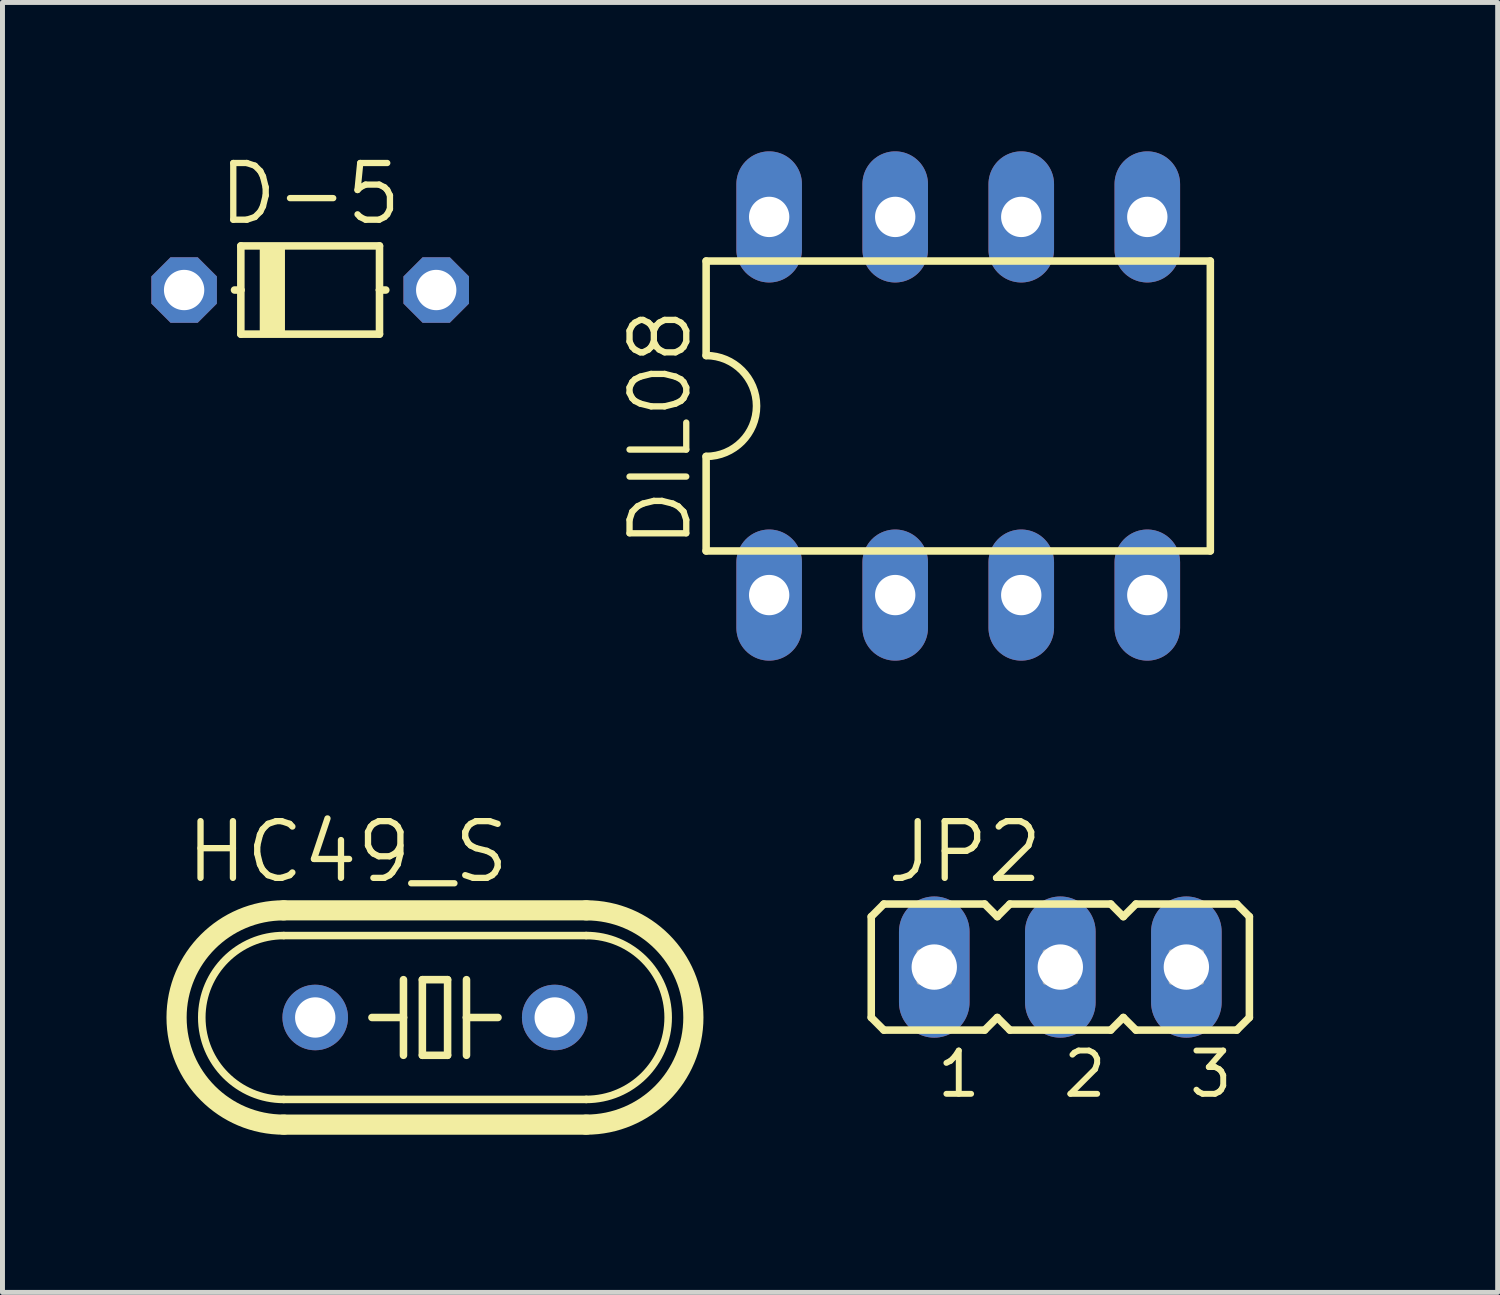
<source format=kicad_pcb>
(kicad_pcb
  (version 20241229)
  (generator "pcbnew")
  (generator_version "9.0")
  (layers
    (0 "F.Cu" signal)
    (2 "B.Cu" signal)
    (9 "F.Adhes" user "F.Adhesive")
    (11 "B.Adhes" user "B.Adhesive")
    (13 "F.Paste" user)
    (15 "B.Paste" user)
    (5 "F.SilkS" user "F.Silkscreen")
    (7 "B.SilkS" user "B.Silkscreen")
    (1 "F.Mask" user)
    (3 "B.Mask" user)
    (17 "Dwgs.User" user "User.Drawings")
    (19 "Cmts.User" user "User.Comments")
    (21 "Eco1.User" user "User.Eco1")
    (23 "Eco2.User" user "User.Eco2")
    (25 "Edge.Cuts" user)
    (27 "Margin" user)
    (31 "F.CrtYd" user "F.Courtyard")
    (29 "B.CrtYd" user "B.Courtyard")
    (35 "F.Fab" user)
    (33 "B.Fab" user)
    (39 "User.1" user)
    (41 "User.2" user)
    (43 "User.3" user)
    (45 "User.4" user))
  (footprint "HC49_S"
    (layer "F.Cu")
    (at 5.715 17.453)
    (property "Reference" "HC49_S" (at -5.08 -2.667 0) (unlocked yes) (layer "F.SilkS") (effects (font (size 1.143 1.143) (thickness 0.127)) (justify left bottom)))
    (fp_line (start -3.048 -2.159) (end 3.048 -2.159) (stroke (width 0.406) (type solid)) (layer "F.SilkS"))
    (fp_line (start -3.048 1.651) (end 3.048 1.651) (stroke (width 0.152) (type solid)) (layer "F.SilkS"))
    (fp_line (start -3.048 2.159) (end 3.048 2.159) (stroke (width 0.406) (type solid)) (layer "F.SilkS"))
    (fp_line (start -0.635 -0.762) (end -0.635 0) (stroke (width 0.152) (type solid)) (layer "F.SilkS"))
    (fp_line (start -0.635 0) (end -1.27 0) (stroke (width 0.152) (type solid)) (layer "F.SilkS"))
    (fp_line (start -0.635 0) (end -0.635 0.762) (stroke (width 0.152) (type solid)) (layer "F.SilkS"))
    (fp_line (start -0.254 -0.762) (end 0.254 -0.762) (stroke (width 0.152) (type solid)) (layer "F.SilkS"))
    (fp_line (start -0.254 0.762) (end -0.254 -0.762) (stroke (width 0.152) (type solid)) (layer "F.SilkS"))
    (fp_line (start 0.254 -0.762) (end 0.254 0.762) (stroke (width 0.152) (type solid)) (layer "F.SilkS"))
    (fp_line (start 0.254 0.762) (end -0.254 0.762) (stroke (width 0.152) (type solid)) (layer "F.SilkS"))
    (fp_line (start 0.635 -0.762) (end 0.635 0) (stroke (width 0.152) (type solid)) (layer "F.SilkS"))
    (fp_line (start 0.635 0) (end 0.635 0.762) (stroke (width 0.152) (type solid)) (layer "F.SilkS"))
    (fp_line (start 0.635 0) (end 1.27 0) (stroke (width 0.152) (type solid)) (layer "F.SilkS"))
    (fp_line (start 3.048 -1.651) (end -3.048 -1.651) (stroke (width 0.152) (type solid)) (layer "F.SilkS"))
    (fp_arc (start -3.048 1.651) (mid -4.699 0) (end -3.048 -1.651) (stroke (width 0.1524) (type solid)) (layer "F.SilkS"))
    (fp_arc (start -3.048 2.159) (mid -5.207 0) (end -3.048 -2.159) (stroke (width 0.4064) (type solid)) (layer "F.SilkS"))
    (fp_arc (start 3.048 -2.159) (mid 5.207 0) (end 3.048 2.159) (stroke (width 0.4064) (type solid)) (layer "F.SilkS"))
    (fp_arc (start 3.048 -1.651) (mid 4.699 0) (end 3.048 1.651) (stroke (width 0.1524) (type solid)) (layer "F.SilkS"))
    (pad "1" thru_hole circle (at -2.413 0) (size 1.321 1.321) (drill 0.813) (layers "*.Cu" "*.Mask"))
    (pad "2" thru_hole circle (at 2.413 0) (size 1.321 1.321) (drill 0.813) (layers "*.Cu" "*.Mask"))
    (zone (net_name "") (layers "F.Cu" "B.Cu") (hatch edge 0.5) (connect_pads) (min_thickness 0.25) (filled_areas_thickness no) (keepout (tracks allowed) (vias not_allowed) (pads allowed) (copperpour allowed) (footprints allowed)) (placement (enabled no)) (fill) (polygon (pts (xy 0 18.723) (xy 0.635 18.723) (xy 0.635 16.183) (xy 0 16.183))))
    (zone (net_name "") (layers "F.Cu" "B.Cu") (hatch edge 0.5) (connect_pads) (min_thickness 0.25) (filled_areas_thickness no) (keepout (tracks allowed) (vias not_allowed) (pads allowed) (copperpour allowed) (footprints allowed)) (placement (enabled no)) (fill) (polygon (pts (xy 0.635 19.358) (xy 1.27 19.358) (xy 1.27 15.548) (xy 0.635 15.548))))
    (zone (net_name "") (layers "F.Cu" "B.Cu") (hatch edge 0.5) (connect_pads) (min_thickness 0.25) (filled_areas_thickness no) (keepout (tracks allowed) (vias not_allowed) (pads allowed) (copperpour allowed) (footprints allowed)) (placement (enabled no)) (fill) (polygon (pts (xy 1.27 19.993) (xy 10.16 19.993) (xy 10.16 14.913) (xy 1.27 14.913))))
    (zone (net_name "") (layers "F.Cu" "B.Cu") (hatch edge 0.5) (connect_pads) (min_thickness 0.25) (filled_areas_thickness no) (keepout (tracks allowed) (vias not_allowed) (pads allowed) (copperpour allowed) (footprints allowed)) (placement (enabled no)) (fill) (polygon (pts (xy 10.16 19.358) (xy 10.795 19.358) (xy 10.795 15.548) (xy 10.16 15.548))))
    (zone (net_name "") (layers "F.Cu" "B.Cu") (hatch edge 0.5) (connect_pads) (min_thickness 0.25) (filled_areas_thickness no) (keepout (tracks allowed) (vias not_allowed) (pads allowed) (copperpour allowed) (footprints allowed)) (placement (enabled no)) (fill) (polygon (pts (xy 10.795 18.723) (xy 11.43 18.723) (xy 11.43 16.183) (xy 10.795 16.183)))))
  (footprint "D-5"
    (layer "F.Cu")
    (at 3.2 2.794)
    (property "Reference" "D-5" (at -1.905 -1.27 0) (unlocked yes) (layer "F.SilkS") (effects (font (size 1.143 1.143) (thickness 0.127)) (justify left bottom)))
    (fp_line (start -1.397 -0.889) (end -1.397 0) (stroke (width 0.152) (type solid)) (layer "F.SilkS"))
    (fp_line (start -1.397 0) (end -1.524 0) (stroke (width 0.152) (type solid)) (layer "F.SilkS"))
    (fp_line (start -1.397 0) (end -1.397 0.889) (stroke (width 0.152) (type solid)) (layer "F.SilkS"))
    (fp_line (start -1.397 0.889) (end 1.397 0.889) (stroke (width 0.152) (type solid)) (layer "F.SilkS"))
    (fp_line (start 1.397 -0.889) (end -1.397 -0.889) (stroke (width 0.152) (type solid)) (layer "F.SilkS"))
    (fp_line (start 1.397 0) (end 1.397 -0.889) (stroke (width 0.152) (type solid)) (layer "F.SilkS"))
    (fp_line (start 1.397 0.889) (end 1.397 0) (stroke (width 0.152) (type solid)) (layer "F.SilkS"))
    (fp_line (start 1.524 0) (end 1.397 0) (stroke (width 0.152) (type solid)) (layer "F.SilkS"))
    (fp_poly (pts (xy -1.016 0.889) (xy -0.508 0.889) (xy -0.508 -0.889) (xy -1.016 -0.889)) (stroke (width 0) (type default)) (fill yes) (layer "F.SilkS"))
    (pad "A" thru_hole roundrect (at 2.54 0) (size 1.321 1.321) (drill 0.813) (layers "*.Cu" "*.Mask") (roundrect_rratio 0.25) (chamfer_ratio 0.293) (chamfer top_left top_right bottom_left bottom_right))
    (pad "C" thru_hole roundrect (at -2.54 0) (size 1.321 1.321) (drill 0.813) (layers "*.Cu" "*.Mask") (roundrect_rratio 0.25) (chamfer_ratio 0.293) (chamfer top_left top_right bottom_left bottom_right)))
  (footprint "JP2"
    (layer "F.Cu")
    (at 18.316 16.437)
    (property "Reference" "JP2" (at -3.556 -1.651 0) (unlocked yes) (layer "F.SilkS") (effects (font (size 1.143 1.143) (thickness 0.127)) (justify left bottom)))
    (fp_line (start -3.81 -1.016) (end -3.556 -1.27) (stroke (width 0.152) (type solid)) (layer "F.SilkS"))
    (fp_line (start -3.81 1.016) (end -3.81 -1.016) (stroke (width 0.152) (type solid)) (layer "F.SilkS"))
    (fp_line (start -3.81 1.016) (end -3.556 1.27) (stroke (width 0.152) (type solid)) (layer "F.SilkS"))
    (fp_line (start -1.524 -1.27) (end -3.556 -1.27) (stroke (width 0.152) (type solid)) (layer "F.SilkS"))
    (fp_line (start -1.524 -1.27) (end -1.27 -1.016) (stroke (width 0.152) (type solid)) (layer "F.SilkS"))
    (fp_line (start -1.524 1.27) (end -3.556 1.27) (stroke (width 0.152) (type solid)) (layer "F.SilkS"))
    (fp_line (start -1.524 1.27) (end -1.27 1.016) (stroke (width 0.152) (type solid)) (layer "F.SilkS"))
    (fp_line (start -1.27 -1.016) (end -1.016 -1.27) (stroke (width 0.152) (type solid)) (layer "F.SilkS"))
    (fp_line (start -1.27 1.016) (end -1.016 1.27) (stroke (width 0.152) (type solid)) (layer "F.SilkS"))
    (fp_line (start 1.016 -1.27) (end -1.016 -1.27) (stroke (width 0.152) (type solid)) (layer "F.SilkS"))
    (fp_line (start 1.016 -1.27) (end 1.27 -1.016) (stroke (width 0.152) (type solid)) (layer "F.SilkS"))
    (fp_line (start 1.016 1.27) (end -1.016 1.27) (stroke (width 0.152) (type solid)) (layer "F.SilkS"))
    (fp_line (start 1.016 1.27) (end 1.27 1.016) (stroke (width 0.152) (type solid)) (layer "F.SilkS"))
    (fp_line (start 1.27 -1.016) (end 1.524 -1.27) (stroke (width 0.152) (type solid)) (layer "F.SilkS"))
    (fp_line (start 1.27 1.016) (end 1.524 1.27) (stroke (width 0.152) (type solid)) (layer "F.SilkS"))
    (fp_line (start 3.556 -1.27) (end 1.524 -1.27) (stroke (width 0.152) (type solid)) (layer "F.SilkS"))
    (fp_line (start 3.556 -1.27) (end 3.81 -1.016) (stroke (width 0.152) (type solid)) (layer "F.SilkS"))
    (fp_line (start 3.556 1.27) (end 1.524 1.27) (stroke (width 0.152) (type solid)) (layer "F.SilkS"))
    (fp_line (start 3.556 1.27) (end 3.81 1.016) (stroke (width 0.152) (type solid)) (layer "F.SilkS"))
    (fp_line (start 3.81 -1.016) (end 3.81 1.016) (stroke (width 0.152) (type solid)) (layer "F.SilkS"))
    (fp_poly (pts (xy -2.845 0.305) (xy -2.235 0.305) (xy -2.235 -0.305) (xy -2.845 -0.305)) (stroke (width 0.1) (type default)) (fill no) (layer "F.Fab"))
    (fp_poly (pts (xy -0.305 0.305) (xy 0.305 0.305) (xy 0.305 -0.305) (xy -0.305 -0.305)) (stroke (width 0.1) (type default)) (fill no) (layer "F.Fab"))
    (fp_poly (pts (xy 2.235 0.305) (xy 2.845 0.305) (xy 2.845 -0.305) (xy 2.235 -0.305)) (stroke (width 0.1) (type default)) (fill no) (layer "F.Fab"))
    (fp_text user "1" (at -2.54 2.667 0) (unlocked yes) (layer "F.SilkS") (effects (font (size 0.872 0.872) (thickness 0.119)) (justify left bottom)))
    (fp_text user "2" (at 0 2.667 0) (unlocked yes) (layer "F.SilkS") (effects (font (size 0.872 0.872) (thickness 0.119)) (justify left bottom)))
    (fp_text user "3" (at 2.54 2.667 0) (unlocked yes) (layer "F.SilkS") (effects (font (size 0.872 0.872) (thickness 0.119)) (justify left bottom)))
    (pad "1" thru_hole oval (at -2.54 0 90) (size 2.845 1.422) (drill 0.914) (layers "*.Cu" "*.Mask"))
    (pad "2" thru_hole oval (at 0 0 90) (size 2.845 1.422) (drill 0.914) (layers "*.Cu" "*.Mask"))
    (pad "3" thru_hole oval (at 2.54 0 90) (size 2.845 1.422) (drill 0.914) (layers "*.Cu" "*.Mask")))
  (footprint "DIL08"
    (layer "F.Cu")
    (at 23.879 6.401)
    (property "Reference" "DIL08" (at -12.954 1.651 90) (unlocked yes) (layer "F.SilkS") (effects (font (size 1.143 1.143) (thickness 0.127)) (justify left bottom)))
    (fp_line (start -12.7 -4.191) (end -12.7 -2.286) (stroke (width 0.152) (type solid)) (layer "F.SilkS"))
    (fp_line (start -12.7 1.651) (end -12.7 -0.254) (stroke (width 0.152) (type solid)) (layer "F.SilkS"))
    (fp_line (start -12.7 1.651) (end -2.54 1.651) (stroke (width 0.152) (type solid)) (layer "F.SilkS"))
    (fp_line (start -2.54 -4.191) (end -12.7 -4.191) (stroke (width 0.152) (type solid)) (layer "F.SilkS"))
    (fp_line (start -2.54 -4.191) (end -2.54 1.651) (stroke (width 0.152) (type solid)) (layer "F.SilkS"))
    (fp_arc (start -12.7 -2.286) (mid -11.684 -1.27) (end -12.7 -0.254) (stroke (width 0.1524) (type solid)) (layer "F.SilkS"))
    (pad "1" thru_hole oval (at -11.43 2.54 90) (size 2.642 1.321) (drill 0.813) (layers "*.Cu" "*.Mask"))
    (pad "2" thru_hole oval (at -8.89 2.54 90) (size 2.642 1.321) (drill 0.813) (layers "*.Cu" "*.Mask"))
    (pad "3" thru_hole oval (at -6.35 2.54 90) (size 2.642 1.321) (drill 0.813) (layers "*.Cu" "*.Mask"))
    (pad "4" thru_hole oval (at -3.81 2.54 90) (size 2.642 1.321) (drill 0.813) (layers "*.Cu" "*.Mask"))
    (pad "5" thru_hole oval (at -3.81 -5.08 90) (size 2.642 1.321) (drill 0.813) (layers "*.Cu" "*.Mask"))
    (pad "6" thru_hole oval (at -6.35 -5.08 90) (size 2.642 1.321) (drill 0.813) (layers "*.Cu" "*.Mask"))
    (pad "7" thru_hole oval (at -8.89 -5.08 90) (size 2.642 1.321) (drill 0.813) (layers "*.Cu" "*.Mask"))
    (pad "8" thru_hole oval (at -11.43 -5.08 90) (size 2.642 1.321) (drill 0.813) (layers "*.Cu" "*.Mask")))
  (gr_rect
    (start -3 -3)
    (end 27.129 22.993)
    (stroke (width 0.1) (type default))
    (fill no)
    (layer "Edge.Cuts")))
</source>
